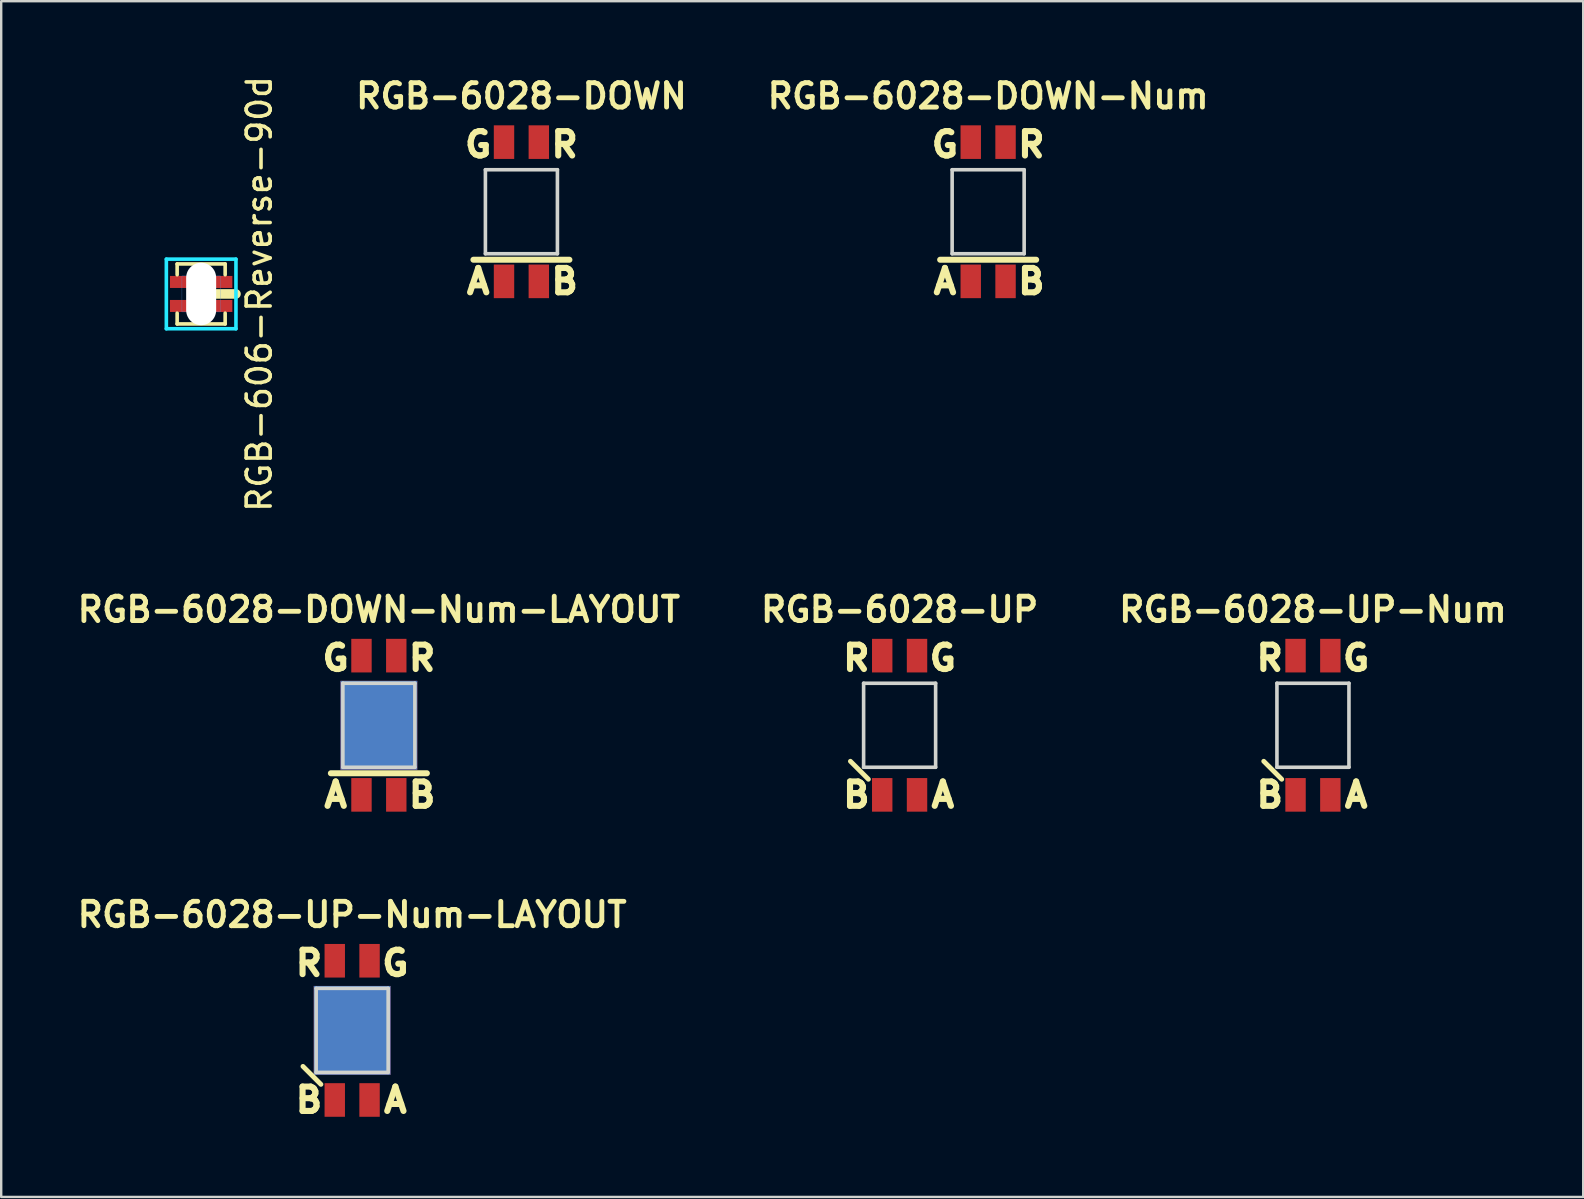
<source format=kicad_pcb>
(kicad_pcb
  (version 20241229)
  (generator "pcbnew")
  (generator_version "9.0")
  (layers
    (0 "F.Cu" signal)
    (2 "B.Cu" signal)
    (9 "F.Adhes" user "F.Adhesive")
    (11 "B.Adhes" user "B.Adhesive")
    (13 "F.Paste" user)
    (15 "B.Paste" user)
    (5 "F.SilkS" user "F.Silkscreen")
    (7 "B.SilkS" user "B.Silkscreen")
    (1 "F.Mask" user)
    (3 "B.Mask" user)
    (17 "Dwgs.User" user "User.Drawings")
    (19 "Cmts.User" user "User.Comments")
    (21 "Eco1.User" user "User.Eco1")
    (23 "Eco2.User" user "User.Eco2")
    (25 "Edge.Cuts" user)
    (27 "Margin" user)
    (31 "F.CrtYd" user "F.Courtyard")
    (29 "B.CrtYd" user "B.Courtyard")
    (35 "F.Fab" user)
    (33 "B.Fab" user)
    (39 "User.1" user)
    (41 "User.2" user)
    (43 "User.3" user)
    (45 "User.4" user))
  (footprint "RGB-6028-DOWN-Num"
    (layer "F.Cu")
    (at 38.116 5.771)
    (property "Reference" "RGB-6028-DOWN-Num" (at 0 -4.82 0) (layer "F.SilkS") (effects (font (size 1.016 1.016) (thickness 0.203))))
    (attr through_hole)
    (fp_line (start -2 2) (end 2 2) (stroke (width 0.25) (type solid)) (layer "F.SilkS"))
    (fp_line (start -1.5 1.75) (end -1.5 -1.75) (stroke (width 0.15) (type solid)) (layer "Edge.Cuts"))
    (fp_line (start 1.5 -1.75) (end -1.5 -1.75) (stroke (width 0.15) (type solid)) (layer "Edge.Cuts"))
    (fp_line (start 1.5 1.75) (end -1.5 1.75) (stroke (width 0.15) (type solid)) (layer "Edge.Cuts"))
    (fp_line (start 1.5 1.75) (end 1.5 -1.75) (stroke (width 0.15) (type solid)) (layer "Edge.Cuts"))
    (fp_text user "G" (at -1.8 -2.8 0) (layer "F.SilkS") (effects (font (size 1.016 1.016) (thickness 0.254))))
    (fp_text user "B" (at 1.8 2.9 0) (layer "F.SilkS") (effects (font (size 1.016 1.016) (thickness 0.254))))
    (fp_text user "A" (at -1.8 2.9 0) (layer "F.SilkS") (effects (font (size 1.016 1.016) (thickness 0.254))))
    (fp_text user "R" (at 1.8 -2.8 0) (layer "F.SilkS") (effects (font (size 1.016 1.016) (thickness 0.254))))
    (pad "1" smd rect (at -0.725 2.9 90) (size 1.4 0.85) (layers "F.Cu" "F.Mask" "F.Paste"))
    (pad "2" smd rect (at 0.725 -2.9 90) (size 1.4 0.85) (layers "F.Cu" "F.Mask" "F.Paste"))
    (pad "3" smd rect (at -0.725 -2.9 90) (size 1.4 0.85) (layers "F.Cu" "F.Mask" "F.Paste"))
    (pad "4" smd rect (at 0.725 2.9 90) (size 1.4 0.85) (layers "F.Cu" "F.Mask" "F.Paste")))
  (footprint "RGB-6028-UP-Num-LAYOUT"
    (layer "F.Cu")
    (at 11.621 39.875)
    (property "Reference" "RGB-6028-UP-Num-LAYOUT" (at 0 -4.82 0) (layer "F.SilkS") (effects (font (size 1.016 1.016) (thickness 0.203))))
    (attr through_hole)
    (fp_line (start -2.05 1.5) (end -1.3 2.25) (stroke (width 0.2) (type solid)) (layer "F.SilkS"))
    (fp_line (start -1.5 1.75) (end -1.5 -1.75) (stroke (width 0.15) (type solid)) (layer "Edge.Cuts"))
    (fp_line (start 1.5 -1.75) (end -1.5 -1.75) (stroke (width 0.15) (type solid)) (layer "Edge.Cuts"))
    (fp_line (start 1.5 1.75) (end -1.5 1.75) (stroke (width 0.15) (type solid)) (layer "Edge.Cuts"))
    (fp_line (start 1.5 1.75) (end 1.5 -1.75) (stroke (width 0.15) (type solid)) (layer "Edge.Cuts"))
    (fp_text user "G" (at 1.8 -2.8 0) (layer "F.SilkS") (effects (font (size 1.016 1.016) (thickness 0.254))))
    (fp_text user "R" (at -1.8 -2.8 0) (layer "F.SilkS") (effects (font (size 1.016 1.016) (thickness 0.254))))
    (fp_text user "A" (at 1.8 2.9 0) (layer "F.SilkS") (effects (font (size 1.016 1.016) (thickness 0.254))))
    (fp_text user "B" (at -1.8 2.9 0) (layer "F.SilkS") (effects (font (size 1.016 1.016) (thickness 0.254))))
    (pad "1" smd rect (at 0.725 2.9 90) (size 1.4 0.85) (layers "F.Cu" "F.Mask" "F.Paste"))
    (pad "2" smd rect (at -0.725 -2.9 90) (size 1.4 0.85) (layers "F.Cu" "F.Mask" "F.Paste"))
    (pad "3" smd rect (at 0.725 -2.9 90) (size 1.4 0.85) (layers "F.Cu" "F.Mask" "F.Paste"))
    (pad "4" smd rect (at -0.725 2.9 90) (size 1.4 0.85) (layers "F.Cu" "F.Mask" "F.Paste"))
    (pad "NC" smd rect (at 0 0 90) (size 3.7 3.2) (layers "F.Cu" "F.Mask" "F.Paste"))
    (pad "NC" smd rect (at 0 0 90) (size 3.7 3.2) (layers "F.Mask" "B.Cu" "F.Paste")))
  (footprint "RGB-6028-UP"
    (layer "F.Cu")
    (at 34.428 27.164)
    (property "Reference" "RGB-6028-UP" (at 0 -4.82 0) (layer "F.SilkS") (effects (font (size 1.016 1.016) (thickness 0.203))))
    (attr through_hole)
    (fp_line (start -2.05 1.5) (end -1.3 2.25) (stroke (width 0.2) (type solid)) (layer "F.SilkS"))
    (fp_line (start -1.5 1.75) (end -1.5 -1.75) (stroke (width 0.15) (type solid)) (layer "Edge.Cuts"))
    (fp_line (start 1.5 -1.75) (end -1.5 -1.75) (stroke (width 0.15) (type solid)) (layer "Edge.Cuts"))
    (fp_line (start 1.5 1.75) (end -1.5 1.75) (stroke (width 0.15) (type solid)) (layer "Edge.Cuts"))
    (fp_line (start 1.5 1.75) (end 1.5 -1.75) (stroke (width 0.15) (type solid)) (layer "Edge.Cuts"))
    (fp_text user "B" (at -1.8 2.9 0) (layer "F.SilkS") (effects (font (size 1.016 1.016) (thickness 0.254))))
    (fp_text user "A" (at 1.8 2.9 0) (layer "F.SilkS") (effects (font (size 1.016 1.016) (thickness 0.254))))
    (fp_text user "G" (at 1.8 -2.8 0) (layer "F.SilkS") (effects (font (size 1.016 1.016) (thickness 0.254))))
    (fp_text user "R" (at -1.8 -2.8 0) (layer "F.SilkS") (effects (font (size 1.016 1.016) (thickness 0.254))))
    (pad "A" smd rect (at 0.725 2.9 90) (size 1.4 0.85) (layers "F.Cu" "F.Mask" "F.Paste"))
    (pad "B" smd rect (at -0.725 2.9 90) (size 1.4 0.85) (layers "F.Cu" "F.Mask" "F.Paste"))
    (pad "G" smd rect (at 0.725 -2.9 90) (size 1.4 0.85) (layers "F.Cu" "F.Mask" "F.Paste"))
    (pad "R" smd rect (at -0.725 -2.9 90) (size 1.4 0.85) (layers "F.Cu" "F.Mask" "F.Paste")))
  (footprint "RGB-6028-DOWN-Num-LAYOUT"
    (layer "F.Cu")
    (at 12.734 27.164)
    (property "Reference" "RGB-6028-DOWN-Num-LAYOUT" (at 0 -4.82 0) (layer "F.SilkS") (effects (font (size 1.016 1.016) (thickness 0.203))))
    (attr through_hole)
    (fp_line (start -2 2) (end 2 2) (stroke (width 0.25) (type solid)) (layer "F.SilkS"))
    (fp_line (start -1.5 1.75) (end -1.5 -1.75) (stroke (width 0.15) (type solid)) (layer "Edge.Cuts"))
    (fp_line (start 1.5 -1.75) (end -1.5 -1.75) (stroke (width 0.15) (type solid)) (layer "Edge.Cuts"))
    (fp_line (start 1.5 1.75) (end -1.5 1.75) (stroke (width 0.15) (type solid)) (layer "Edge.Cuts"))
    (fp_line (start 1.5 1.75) (end 1.5 -1.75) (stroke (width 0.15) (type solid)) (layer "Edge.Cuts"))
    (fp_text user "A" (at -1.8 2.9 0) (layer "F.SilkS") (effects (font (size 1.016 1.016) (thickness 0.254))))
    (fp_text user "R" (at 1.8 -2.8 0) (layer "F.SilkS") (effects (font (size 1.016 1.016) (thickness 0.254))))
    (fp_text user "G" (at -1.8 -2.8 0) (layer "F.SilkS") (effects (font (size 1.016 1.016) (thickness 0.254))))
    (fp_text user "B" (at 1.8 2.9 0) (layer "F.SilkS") (effects (font (size 1.016 1.016) (thickness 0.254))))
    (pad "1" smd rect (at -0.725 2.9 90) (size 1.4 0.85) (layers "F.Cu" "F.Mask" "F.Paste"))
    (pad "2" smd rect (at 0.725 -2.9 90) (size 1.4 0.85) (layers "F.Cu" "F.Mask" "F.Paste"))
    (pad "3" smd rect (at -0.725 -2.9 90) (size 1.4 0.85) (layers "F.Cu" "F.Mask" "F.Paste"))
    (pad "4" smd rect (at 0.725 2.9 90) (size 1.4 0.85) (layers "F.Cu" "F.Mask" "F.Paste"))
    (pad "NC" smd rect (at 0 0 90) (size 3.7 3.2) (layers "F.Cu" "F.Mask" "F.Paste"))
    (pad "NC" smd rect (at 0 0 90) (size 3.7 3.2) (layers "F.Mask" "B.Cu" "F.Paste")))
  (footprint "RGB-6028-UP-Num"
    (layer "F.Cu")
    (at 51.647 27.164)
    (property "Reference" "RGB-6028-UP-Num" (at 0 -4.82 0) (layer "F.SilkS") (effects (font (size 1.016 1.016) (thickness 0.203))))
    (attr through_hole)
    (fp_line (start -2.05 1.5) (end -1.3 2.25) (stroke (width 0.2) (type solid)) (layer "F.SilkS"))
    (fp_line (start -1.5 1.75) (end -1.5 -1.75) (stroke (width 0.15) (type solid)) (layer "Edge.Cuts"))
    (fp_line (start 1.5 -1.75) (end -1.5 -1.75) (stroke (width 0.15) (type solid)) (layer "Edge.Cuts"))
    (fp_line (start 1.5 1.75) (end -1.5 1.75) (stroke (width 0.15) (type solid)) (layer "Edge.Cuts"))
    (fp_line (start 1.5 1.75) (end 1.5 -1.75) (stroke (width 0.15) (type solid)) (layer "Edge.Cuts"))
    (fp_text user "A" (at 1.8 2.9 0) (layer "F.SilkS") (effects (font (size 1.016 1.016) (thickness 0.254))))
    (fp_text user "R" (at -1.8 -2.8 0) (layer "F.SilkS") (effects (font (size 1.016 1.016) (thickness 0.254))))
    (fp_text user "B" (at -1.8 2.9 0) (layer "F.SilkS") (effects (font (size 1.016 1.016) (thickness 0.254))))
    (fp_text user "G" (at 1.8 -2.8 0) (layer "F.SilkS") (effects (font (size 1.016 1.016) (thickness 0.254))))
    (pad "1" smd rect (at 0.725 2.9 90) (size 1.4 0.85) (layers "F.Cu" "F.Mask" "F.Paste"))
    (pad "2" smd rect (at -0.725 -2.9 90) (size 1.4 0.85) (layers "F.Cu" "F.Mask" "F.Paste"))
    (pad "3" smd rect (at 0.725 -2.9 90) (size 1.4 0.85) (layers "F.Cu" "F.Mask" "F.Paste"))
    (pad "4" smd rect (at -0.725 2.9 90) (size 1.4 0.85) (layers "F.Cu" "F.Mask" "F.Paste")))
  (footprint "RGB-6028-DOWN"
    (layer "F.Cu")
    (at 18.672 5.771)
    (property "Reference" "RGB-6028-DOWN" (at 0 -4.82 0) (layer "F.SilkS") (effects (font (size 1.016 1.016) (thickness 0.203))))
    (attr through_hole)
    (fp_line (start -2 2) (end 2 2) (stroke (width 0.25) (type solid)) (layer "F.SilkS"))
    (fp_line (start -1.5 1.75) (end -1.5 -1.75) (stroke (width 0.15) (type solid)) (layer "Edge.Cuts"))
    (fp_line (start 1.5 -1.75) (end -1.5 -1.75) (stroke (width 0.15) (type solid)) (layer "Edge.Cuts"))
    (fp_line (start 1.5 1.75) (end -1.5 1.75) (stroke (width 0.15) (type solid)) (layer "Edge.Cuts"))
    (fp_line (start 1.5 1.75) (end 1.5 -1.75) (stroke (width 0.15) (type solid)) (layer "Edge.Cuts"))
    (fp_text user "A" (at -1.8 2.9 0) (layer "F.SilkS") (effects (font (size 1.016 1.016) (thickness 0.254))))
    (fp_text user "B" (at 1.8 2.9 0) (layer "F.SilkS") (effects (font (size 1.016 1.016) (thickness 0.254))))
    (fp_text user "G" (at -1.8 -2.8 0) (layer "F.SilkS") (effects (font (size 1.016 1.016) (thickness 0.254))))
    (fp_text user "R" (at 1.8 -2.8 0) (layer "F.SilkS") (effects (font (size 1.016 1.016) (thickness 0.254))))
    (pad "A" smd rect (at -0.725 2.9 90) (size 1.4 0.85) (layers "F.Cu" "F.Mask" "F.Paste"))
    (pad "B" smd rect (at 0.725 2.9 90) (size 1.4 0.85) (layers "F.Cu" "F.Mask" "F.Paste"))
    (pad "G" smd rect (at -0.725 -2.9 90) (size 1.4 0.85) (layers "F.Cu" "F.Mask" "F.Paste"))
    (pad "R" smd rect (at 0.725 -2.9 90) (size 1.4 0.85) (layers "F.Cu" "F.Mask" "F.Paste")))
  (footprint "RGB-606-Reverse-90d"
    (layer "F.Cu")
    (at 0.25 9.196)
    (property "Reference" "RGB-606-Reverse-90d" (at 7.5 0 90) (layer "F.SilkS") (effects (font (size 1 1) (thickness 0.15))))
    (attr through_hole)
    (fp_line (start 4.08 -1.25) (end 4.08 -0.8) (stroke (width 0.15) (type solid)) (layer "F.SilkS"))
    (fp_line (start 4.08 0.8) (end 4.08 1.25) (stroke (width 0.15) (type solid)) (layer "F.SilkS"))
    (fp_line (start 4.08 1.25) (end 6.08 1.25) (stroke (width 0.15) (type solid)) (layer "F.SilkS"))
    (fp_line (start 5.73 0) (end 6.53 0) (stroke (width 0.4) (type solid)) (layer "F.SilkS"))
    (fp_line (start 6.08 -1.25) (end 4.08 -1.25) (stroke (width 0.15) (type solid)) (layer "F.SilkS"))
    (fp_line (start 6.08 -0.8) (end 6.08 -1.25) (stroke (width 0.15) (type solid)) (layer "F.SilkS"))
    (fp_line (start 6.08 1.25) (end 6.08 0.8) (stroke (width 0.15) (type solid)) (layer "F.SilkS"))
    (fp_line (start 4.28 0.75) (end 4.28 -0.75) (stroke (width 0.01) (type solid)) (layer "Cmts.User"))
    (fp_line (start 5.88 -0.75) (end 4.28 -0.75) (stroke (width 0.01) (type solid)) (layer "Cmts.User"))
    (fp_line (start 5.88 0.75) (end 4.28 0.75) (stroke (width 0.01) (type solid)) (layer "Cmts.User"))
    (fp_line (start 5.88 0.75) (end 5.88 -0.75) (stroke (width 0.01) (type solid)) (layer "Cmts.User"))
    (fp_line (start 4.48 -0.75) (end 4.48 0.75) (stroke (width 0.01) (type solid)) (layer "Eco2.User"))
    (fp_line (start 4.48 -0.75) (end 5.68 -0.75) (stroke (width 0.01) (type solid)) (layer "Eco2.User"))
    (fp_line (start 4.48 0.75) (end 5.68 0.75) (stroke (width 0.01) (type solid)) (layer "Eco2.User"))
    (fp_line (start 5.68 -0.75) (end 5.68 0.75) (stroke (width 0.01) (type solid)) (layer "Eco2.User"))
    (fp_line (start 3.63 -1.45) (end 3.63 1.45) (stroke (width 0.15) (type solid)) (layer "B.CrtYd"))
    (fp_line (start 3.63 1.45) (end 6.53 1.45) (stroke (width 0.15) (type solid)) (layer "B.CrtYd"))
    (fp_line (start 6.53 -1.45) (end 3.63 -1.45) (stroke (width 0.15) (type solid)) (layer "B.CrtYd"))
    (fp_line (start 6.53 1.45) (end 6.53 -1.45) (stroke (width 0.15) (type solid)) (layer "B.CrtYd"))
    (pad "" np_thru_hole oval (at 5.08 0 90) (size 2.6 1.25) (drill oval 2.6 1.25) (layers "*.Cu" "*.Mask"))
    (pad "A" smd rect (at 4.205 -0.5) (size 0.85 0.5) (layers "F.Cu" "F.Mask" "F.Paste"))
    (pad "B" smd rect (at 4.205 0.5) (size 0.85 0.5) (layers "F.Cu" "F.Mask" "F.Paste"))
    (pad "G" smd rect (at 5.955 0.5) (size 0.85 0.5) (layers "F.Cu" "F.Mask" "F.Paste"))
    (pad "R" smd rect (at 5.955 -0.5) (size 0.85 0.5) (layers "F.Cu" "F.Mask" "F.Paste")))
  (gr_rect
    (start -3 -3)
    (end 62.906 46.815)
    (stroke (width 0.1) (type default))
    (fill no)
    (layer "Edge.Cuts")))
</source>
